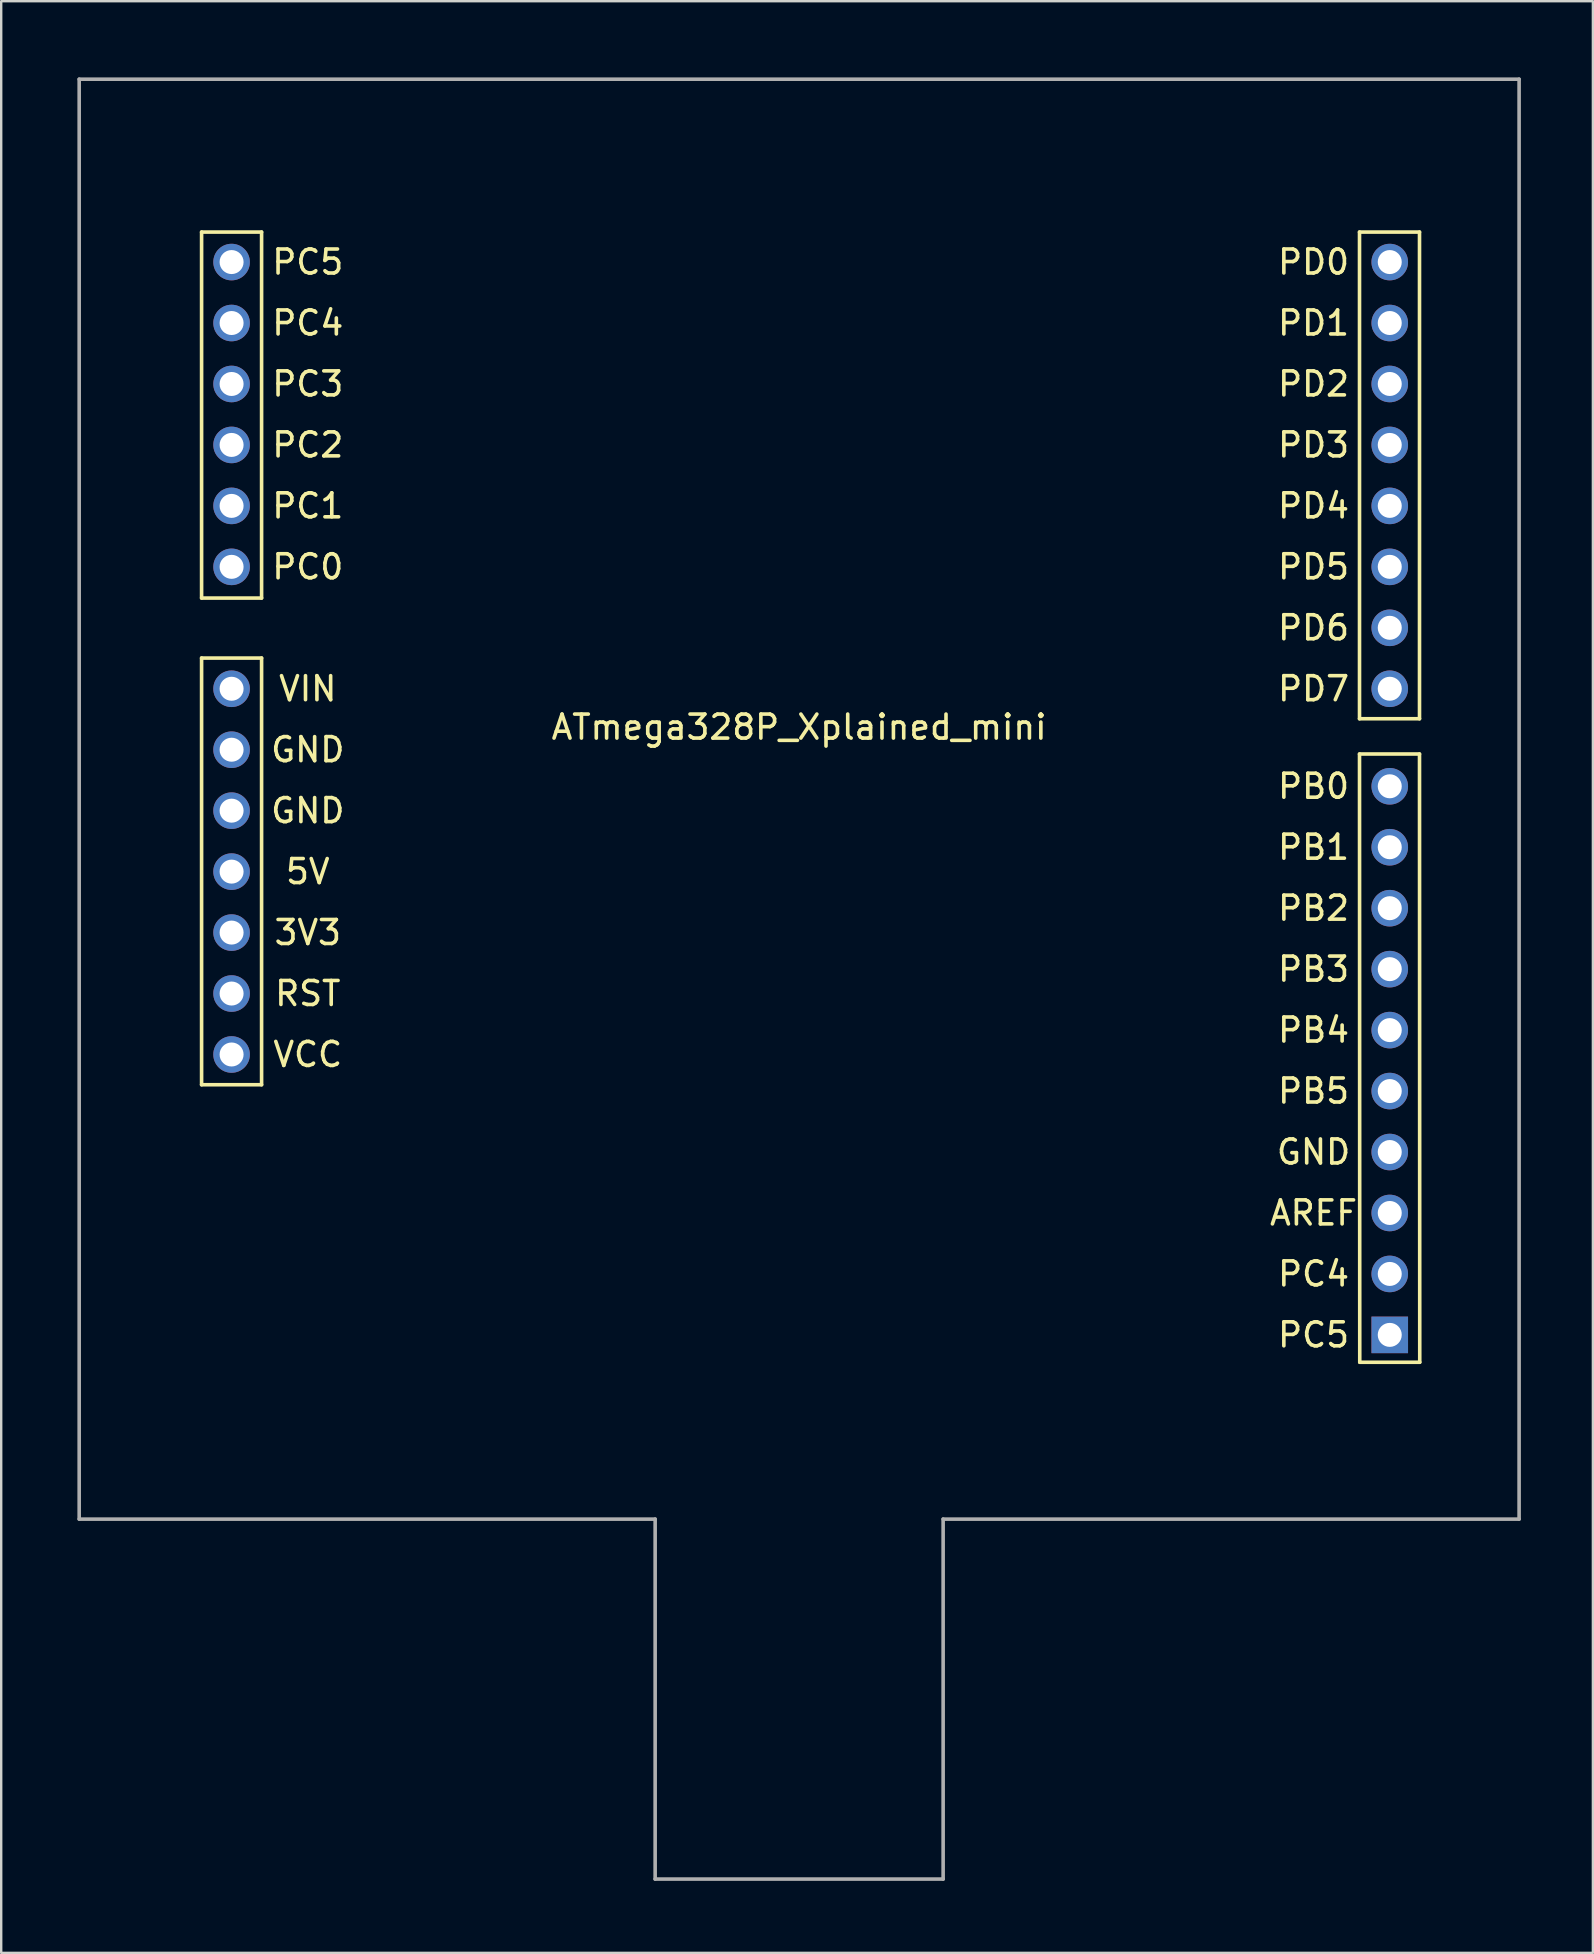
<source format=kicad_pcb>
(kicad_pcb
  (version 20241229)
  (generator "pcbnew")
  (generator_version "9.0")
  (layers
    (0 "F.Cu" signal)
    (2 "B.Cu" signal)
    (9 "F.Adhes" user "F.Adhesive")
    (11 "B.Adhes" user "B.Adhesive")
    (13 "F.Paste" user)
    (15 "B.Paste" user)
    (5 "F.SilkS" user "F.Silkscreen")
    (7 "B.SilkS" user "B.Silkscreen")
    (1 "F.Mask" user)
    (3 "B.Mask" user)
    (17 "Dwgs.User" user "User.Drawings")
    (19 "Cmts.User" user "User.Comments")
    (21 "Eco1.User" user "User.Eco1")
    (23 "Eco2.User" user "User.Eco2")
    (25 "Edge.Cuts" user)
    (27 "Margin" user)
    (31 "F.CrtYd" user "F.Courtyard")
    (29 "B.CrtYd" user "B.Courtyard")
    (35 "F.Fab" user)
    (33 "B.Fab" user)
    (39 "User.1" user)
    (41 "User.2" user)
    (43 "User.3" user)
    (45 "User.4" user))
  (footprint "ATmega328P_Xplained_mini"
    (layer "F.Cu")
    (at 0.25 0.25)
    (property "Reference" "ATmega328P_Xplained_mini" (at 30 27 0) (layer "F.SilkS") (effects (font (size 1 1) (thickness 0.15))))
    (attr through_hole)
    (fp_line (start 5.1 21.62) (end 5.1 6.37) (stroke (width 0.15) (type solid)) (layer "F.SilkS"))
    (fp_line (start 5.1 21.62) (end 7.6 21.62) (stroke (width 0.15) (type solid)) (layer "F.SilkS"))
    (fp_line (start 5.1 41.9) (end 5.1 24.12) (stroke (width 0.15) (type solid)) (layer "F.SilkS"))
    (fp_line (start 5.1 41.9) (end 7.6 41.9) (stroke (width 0.15) (type solid)) (layer "F.SilkS"))
    (fp_line (start 7.6 6.37) (end 5.1 6.37) (stroke (width 0.15) (type solid)) (layer "F.SilkS"))
    (fp_line (start 7.6 21.62) (end 7.6 6.37) (stroke (width 0.15) (type solid)) (layer "F.SilkS"))
    (fp_line (start 7.6 24.12) (end 5.1 24.12) (stroke (width 0.15) (type solid)) (layer "F.SilkS"))
    (fp_line (start 7.6 41.9) (end 7.6 24.12) (stroke (width 0.15) (type solid)) (layer "F.SilkS"))
    (fp_line (start 53.35 26.65) (end 53.35 6.37) (stroke (width 0.15) (type solid)) (layer "F.SilkS"))
    (fp_line (start 53.35 26.65) (end 55.85 26.65) (stroke (width 0.15) (type solid)) (layer "F.SilkS"))
    (fp_line (start 53.36 53.464) (end 53.35 28.12) (stroke (width 0.15) (type solid)) (layer "F.SilkS"))
    (fp_line (start 53.36 53.464) (end 55.86 53.464) (stroke (width 0.15) (type solid)) (layer "F.SilkS"))
    (fp_line (start 55.85 6.37) (end 53.35 6.37) (stroke (width 0.15) (type solid)) (layer "F.SilkS"))
    (fp_line (start 55.85 26.65) (end 55.85 6.37) (stroke (width 0.15) (type solid)) (layer "F.SilkS"))
    (fp_line (start 55.85 28.12) (end 53.35 28.12) (stroke (width 0.15) (type solid)) (layer "F.SilkS"))
    (fp_line (start 55.86 53.464) (end 55.85 28.12) (stroke (width 0.15) (type solid)) (layer "F.SilkS"))
    (fp_line (start 0 0) (end 0 60) (stroke (width 0.15) (type solid)) (layer "F.Fab"))
    (fp_line (start 0 0) (end 60 0) (stroke (width 0.15) (type solid)) (layer "F.Fab"))
    (fp_line (start 0 60) (end 24 60) (stroke (width 0.15) (type solid)) (layer "F.Fab"))
    (fp_line (start 24 60) (end 24 75) (stroke (width 0.15) (type solid)) (layer "F.Fab"))
    (fp_line (start 24 75) (end 36 75) (stroke (width 0.15) (type solid)) (layer "F.Fab"))
    (fp_line (start 36 60) (end 36 75) (stroke (width 0.15) (type solid)) (layer "F.Fab"))
    (fp_line (start 36 60) (end 60 60) (stroke (width 0.15) (type solid)) (layer "F.Fab"))
    (fp_line (start 60 0) (end 60 60) (stroke (width 0.15) (type solid)) (layer "F.Fab"))
    (fp_text user "3V3" (at 9.525 35.56 0) (layer "F.SilkS") (effects (font (size 1 1) (thickness 0.15))))
    (fp_text user "PC4" (at 9.525 10.16 0) (layer "F.SilkS") (effects (font (size 1 1) (thickness 0.15))))
    (fp_text user "RST" (at 9.525 38.1 0) (layer "F.SilkS") (effects (font (size 1 1) (thickness 0.15))))
    (fp_text user "PB0" (at 51.435 29.464 0) (layer "F.SilkS") (effects (font (size 1 1) (thickness 0.15))))
    (fp_text user "PC2" (at 9.525 15.24 0) (layer "F.SilkS") (effects (font (size 1 1) (thickness 0.15))))
    (fp_text user "5V" (at 9.525 33.02 0) (layer "F.SilkS") (effects (font (size 1 1) (thickness 0.15))))
    (fp_text user "VIN" (at 9.525 25.4 0) (layer "F.SilkS") (effects (font (size 1 1) (thickness 0.15))))
    (fp_text user "VCC" (at 9.525 40.64 0) (layer "F.SilkS") (effects (font (size 1 1) (thickness 0.15))))
    (fp_text user "PD6" (at 51.435 22.86 0) (layer "F.SilkS") (effects (font (size 1 1) (thickness 0.15))))
    (fp_text user "PB3" (at 51.435 37.084 0) (layer "F.SilkS") (effects (font (size 1 1) (thickness 0.15))))
    (fp_text user "PB2" (at 51.435 34.544 0) (layer "F.SilkS") (effects (font (size 1 1) (thickness 0.15))))
    (fp_text user "PD0" (at 51.435 7.62 0) (layer "F.SilkS") (effects (font (size 1 1) (thickness 0.15))))
    (fp_text user "PB5" (at 51.435 42.164 0) (layer "F.SilkS") (effects (font (size 1 1) (thickness 0.15))))
    (fp_text user "PD3" (at 51.435 15.24 0) (layer "F.SilkS") (effects (font (size 1 1) (thickness 0.15))))
    (fp_text user "GND" (at 9.525 30.48 0) (layer "F.SilkS") (effects (font (size 1 1) (thickness 0.15))))
    (fp_text user "PB1" (at 51.435 32.004 0) (layer "F.SilkS") (effects (font (size 1 1) (thickness 0.15))))
    (fp_text user "PC5" (at 9.525 7.62 0) (layer "F.SilkS") (effects (font (size 1 1) (thickness 0.15))))
    (fp_text user "PD7" (at 51.435 25.4 0) (layer "F.SilkS") (effects (font (size 1 1) (thickness 0.15))))
    (fp_text user "PD4" (at 51.435 17.78 0) (layer "F.SilkS") (effects (font (size 1 1) (thickness 0.15))))
    (fp_text user "PC5" (at 51.435 52.324 0) (layer "F.SilkS") (effects (font (size 1 1) (thickness 0.15))))
    (fp_text user "PB4" (at 51.435 39.624 0) (layer "F.SilkS") (effects (font (size 1 1) (thickness 0.15))))
    (fp_text user "PC4" (at 51.435 49.784 0) (layer "F.SilkS") (effects (font (size 1 1) (thickness 0.15))))
    (fp_text user "PC1" (at 9.525 17.78 0) (layer "F.SilkS") (effects (font (size 1 1) (thickness 0.15))))
    (fp_text user "PC3" (at 9.525 12.7 0) (layer "F.SilkS") (effects (font (size 1 1) (thickness 0.15))))
    (fp_text user "PD1" (at 51.435 10.16 0) (layer "F.SilkS") (effects (font (size 1 1) (thickness 0.15))))
    (fp_text user "GND" (at 9.525 27.94 0) (layer "F.SilkS") (effects (font (size 1 1) (thickness 0.15))))
    (fp_text user "AREF" (at 51.435 47.244 0) (layer "F.SilkS") (effects (font (size 1 1) (thickness 0.15))))
    (fp_text user "PD5" (at 51.435 20.32 0) (layer "F.SilkS") (effects (font (size 1 1) (thickness 0.15))))
    (fp_text user "PD2" (at 51.435 12.7 0) (layer "F.SilkS") (effects (font (size 1 1) (thickness 0.15))))
    (fp_text user "GND" (at 51.435 44.704 0) (layer "F.SilkS") (effects (font (size 1 1) (thickness 0.15))))
    (fp_text user "PC0" (at 9.525 20.32 0) (layer "F.SilkS") (effects (font (size 1 1) (thickness 0.15))))
    (pad "1" thru_hole rect (at 54.61 52.324 180) (size 1.524 1.524) (drill 1) (layers "*.Cu" "*.Mask"))
    (pad "2" thru_hole circle (at 54.61 49.784 180) (size 1.524 1.524) (drill 1) (layers "*.Cu" "*.Mask"))
    (pad "3" thru_hole circle (at 54.61 47.244 180) (size 1.524 1.524) (drill 1) (layers "*.Cu" "*.Mask"))
    (pad "4" thru_hole circle (at 54.61 44.704 180) (size 1.524 1.524) (drill 1) (layers "*.Cu" "*.Mask"))
    (pad "5" thru_hole circle (at 54.61 42.164 180) (size 1.524 1.524) (drill 1) (layers "*.Cu" "*.Mask"))
    (pad "6" thru_hole circle (at 54.61 39.624 180) (size 1.524 1.524) (drill 1) (layers "*.Cu" "*.Mask"))
    (pad "7" thru_hole circle (at 54.61 37.084 180) (size 1.524 1.524) (drill 1) (layers "*.Cu" "*.Mask"))
    (pad "8" thru_hole circle (at 54.61 34.544 180) (size 1.524 1.524) (drill 1) (layers "*.Cu" "*.Mask"))
    (pad "9" thru_hole circle (at 54.61 32.004 180) (size 1.524 1.524) (drill 1) (layers "*.Cu" "*.Mask"))
    (pad "10" thru_hole circle (at 54.61 29.464 180) (size 1.524 1.524) (drill 1) (layers "*.Cu" "*.Mask"))
    (pad "11" thru_hole circle (at 54.61 25.4) (size 1.524 1.524) (drill 1) (layers "*.Cu" "*.Mask"))
    (pad "12" thru_hole circle (at 54.61 22.86) (size 1.524 1.524) (drill 1) (layers "*.Cu" "*.Mask"))
    (pad "13" thru_hole circle (at 54.61 20.32) (size 1.524 1.524) (drill 1) (layers "*.Cu" "*.Mask"))
    (pad "14" thru_hole circle (at 54.61 17.78) (size 1.524 1.524) (drill 1) (layers "*.Cu" "*.Mask"))
    (pad "15" thru_hole circle (at 54.61 15.24) (size 1.524 1.524) (drill 1) (layers "*.Cu" "*.Mask"))
    (pad "16" thru_hole circle (at 54.61 12.7) (size 1.524 1.524) (drill 1) (layers "*.Cu" "*.Mask"))
    (pad "17" thru_hole circle (at 54.61 10.16) (size 1.524 1.524) (drill 1) (layers "*.Cu" "*.Mask"))
    (pad "18" thru_hole circle (at 54.61 7.62) (size 1.524 1.524) (drill 1) (layers "*.Cu" "*.Mask"))
    (pad "20" thru_hole circle (at 6.35 40.64) (size 1.524 1.524) (drill 1) (layers "*.Cu" "*.Mask"))
    (pad "21" thru_hole circle (at 6.35 38.1) (size 1.524 1.524) (drill 1) (layers "*.Cu" "*.Mask"))
    (pad "22" thru_hole circle (at 6.35 35.56) (size 1.524 1.524) (drill 1) (layers "*.Cu" "*.Mask"))
    (pad "23" thru_hole circle (at 6.35 33.02) (size 1.524 1.524) (drill 1) (layers "*.Cu" "*.Mask"))
    (pad "24" thru_hole circle (at 6.35 30.48) (size 1.524 1.524) (drill 1) (layers "*.Cu" "*.Mask"))
    (pad "25" thru_hole circle (at 6.35 27.94) (size 1.524 1.524) (drill 1) (layers "*.Cu" "*.Mask"))
    (pad "26" thru_hole circle (at 6.35 25.4) (size 1.524 1.524) (drill 1) (layers "*.Cu" "*.Mask"))
    (pad "27" thru_hole circle (at 6.35 20.32) (size 1.524 1.524) (drill 1) (layers "*.Cu" "*.Mask"))
    (pad "28" thru_hole circle (at 6.35 17.78) (size 1.524 1.524) (drill 1) (layers "*.Cu" "*.Mask"))
    (pad "29" thru_hole circle (at 6.35 15.24) (size 1.524 1.524) (drill 1) (layers "*.Cu" "*.Mask"))
    (pad "30" thru_hole circle (at 6.35 12.7) (size 1.524 1.524) (drill 1) (layers "*.Cu" "*.Mask"))
    (pad "31" thru_hole circle (at 6.35 10.16) (size 1.524 1.524) (drill 1) (layers "*.Cu" "*.Mask"))
    (pad "32" thru_hole circle (at 6.35 7.62) (size 1.524 1.524) (drill 1) (layers "*.Cu" "*.Mask")))
  (gr_rect
    (start -3 -3)
    (end 63.325 78.325)
    (stroke (width 0.1) (type default))
    (fill no)
    (layer "Edge.Cuts")))
</source>
